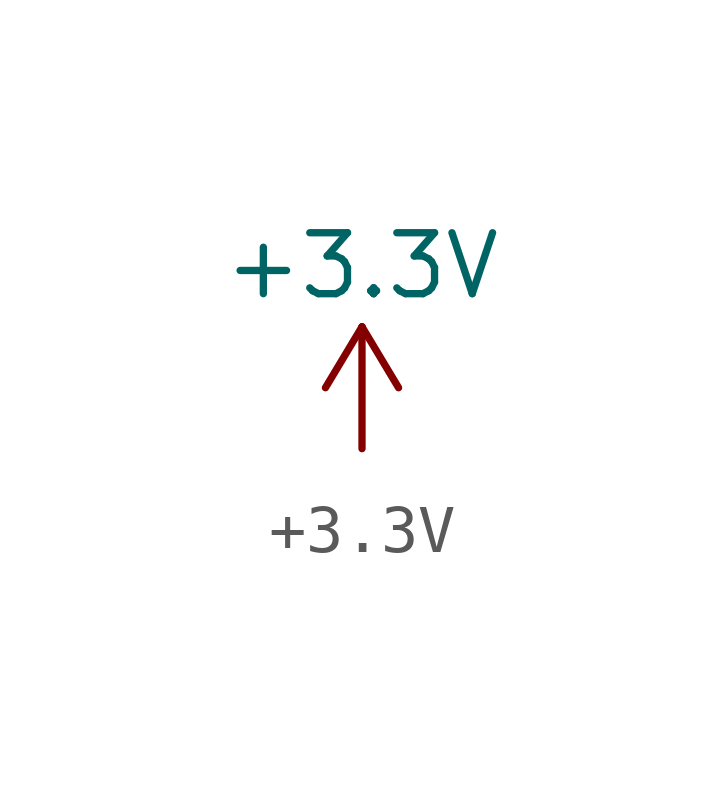
<source format=kicad_sym>
(kicad_symbol_lib
  (version 20231120)
  (generator "kicad_symbol_editor")
  (generator_version "8.0")
  (symbol "+3.3V"
    (power)
    (pin_names
      (offset 0))
    (property "Reference" "#PWR"
      (at 0 -1.27 0)
      (effects (font (size 1.27 1.27)) (hide yes)))
    (property "Value" "+3.3V"
      (at 0 3.81 0)
      (effects (font (size 1.27 1.27))))
    (symbol "+3.3V_1_1"
      (polyline (pts (xy -0.762 1.27) (xy 0 2.54)) (stroke (width 0) (type default)) (fill (type none)))
      (polyline (pts (xy 0 0) (xy 0 2.54)) (stroke (width 0) (type default)) (fill (type none)))
      (polyline (pts (xy 0 2.54) (xy 0.762 1.27)) (stroke (width 0) (type default)) (fill (type none)))
      (pin power_in line (at 0 0 90) (length 0) hide (name "+3.3V" (effects (font (size 1.27 1.27)))) (number "1" (effects (font (size 1.27 1.27))))))))
</source>
